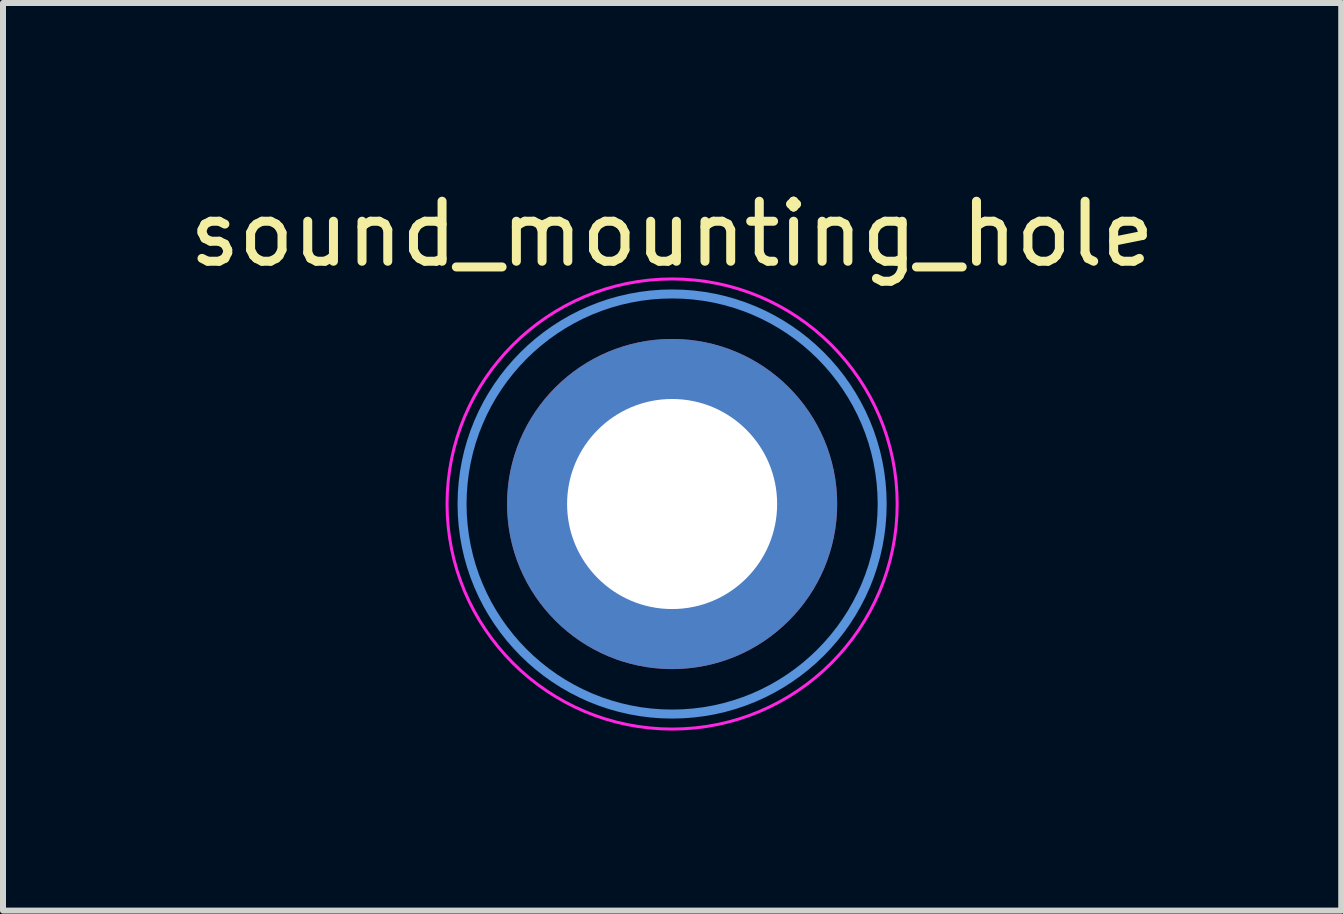
<source format=kicad_pcb>
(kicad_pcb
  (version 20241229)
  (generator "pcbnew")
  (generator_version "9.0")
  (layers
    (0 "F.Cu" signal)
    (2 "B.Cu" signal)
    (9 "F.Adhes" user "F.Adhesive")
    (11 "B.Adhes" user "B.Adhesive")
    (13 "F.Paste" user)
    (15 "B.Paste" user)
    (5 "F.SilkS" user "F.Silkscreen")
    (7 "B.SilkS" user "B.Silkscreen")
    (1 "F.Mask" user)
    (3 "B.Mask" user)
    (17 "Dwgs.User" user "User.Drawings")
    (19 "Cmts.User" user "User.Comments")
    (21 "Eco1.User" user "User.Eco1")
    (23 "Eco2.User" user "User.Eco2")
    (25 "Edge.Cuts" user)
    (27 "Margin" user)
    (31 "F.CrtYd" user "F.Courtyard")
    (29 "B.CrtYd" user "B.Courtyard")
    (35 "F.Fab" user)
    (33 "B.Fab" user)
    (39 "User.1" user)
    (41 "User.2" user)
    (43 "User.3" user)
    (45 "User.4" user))
  (footprint "sound_mounting_hole"
    (layer "F.Cu")
    (at 8.149 5.348)
    (property "Reference" "sound_mounting_hole" (at 0 -4.5 0) (layer "F.SilkS") (effects (font (size 1 1) (thickness 0.15))))
    (attr exclude_from_pos_files exclude_from_bom)
    (fp_circle (center 0 0) (end 3.5 0) (stroke (width 0.15) (type solid)) (fill no) (layer "Cmts.User"))
    (fp_circle (center 0 0) (end 3.75 0) (stroke (width 0.05) (type solid)) (fill no) (layer "F.CrtYd"))
    (pad "1" thru_hole circle (at 0 0) (size 5.5 5.5) (drill 3.5) (layers "*.Cu" "*.Mask")))
  (gr_rect
    (start -3 -3)
    (end 19.298 12.123)
    (stroke (width 0.1) (type default))
    (fill no)
    (layer "Edge.Cuts")))
</source>
